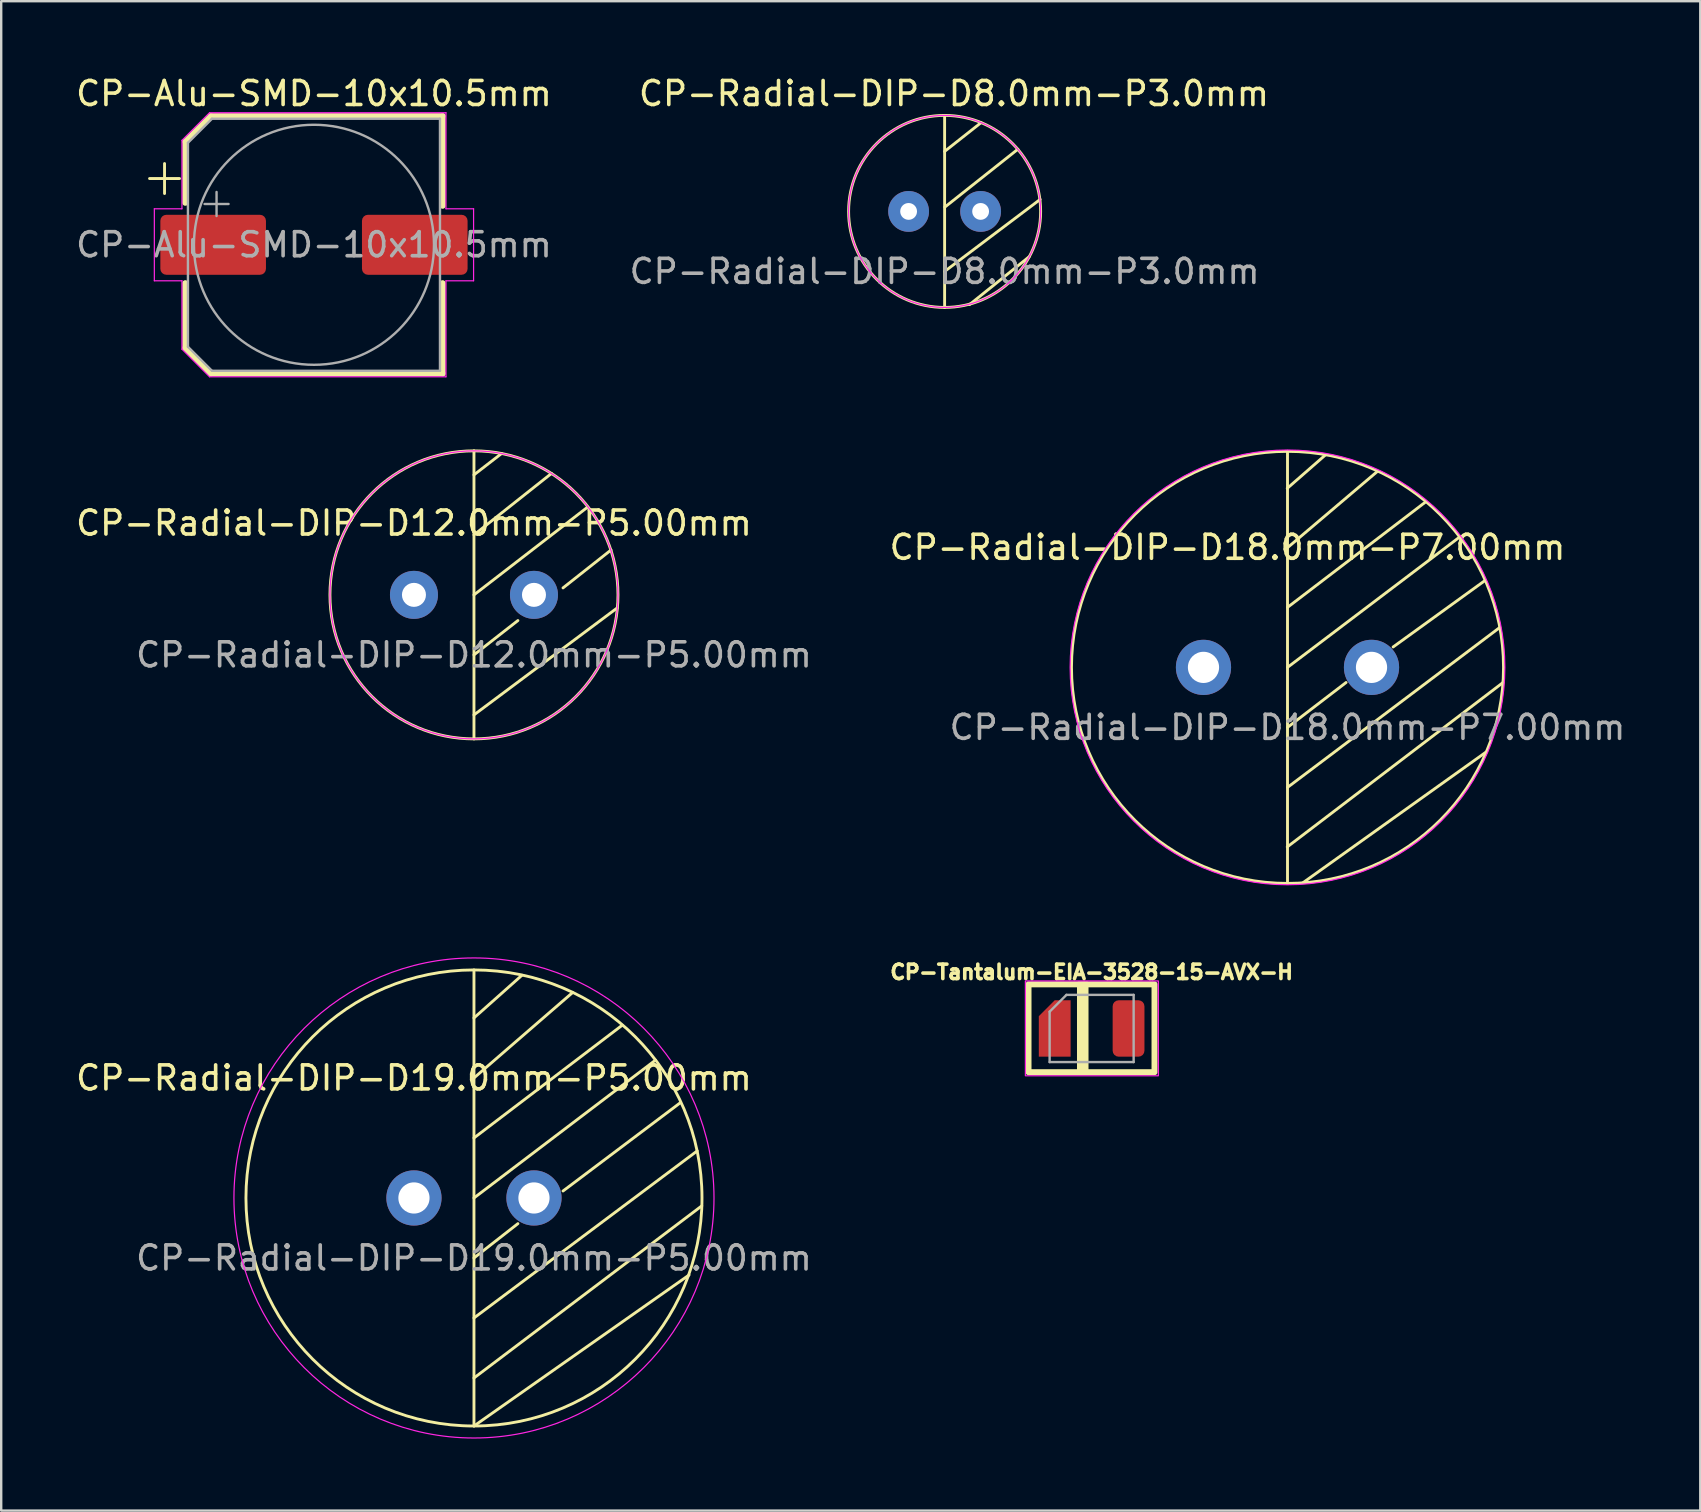
<source format=kicad_pcb>
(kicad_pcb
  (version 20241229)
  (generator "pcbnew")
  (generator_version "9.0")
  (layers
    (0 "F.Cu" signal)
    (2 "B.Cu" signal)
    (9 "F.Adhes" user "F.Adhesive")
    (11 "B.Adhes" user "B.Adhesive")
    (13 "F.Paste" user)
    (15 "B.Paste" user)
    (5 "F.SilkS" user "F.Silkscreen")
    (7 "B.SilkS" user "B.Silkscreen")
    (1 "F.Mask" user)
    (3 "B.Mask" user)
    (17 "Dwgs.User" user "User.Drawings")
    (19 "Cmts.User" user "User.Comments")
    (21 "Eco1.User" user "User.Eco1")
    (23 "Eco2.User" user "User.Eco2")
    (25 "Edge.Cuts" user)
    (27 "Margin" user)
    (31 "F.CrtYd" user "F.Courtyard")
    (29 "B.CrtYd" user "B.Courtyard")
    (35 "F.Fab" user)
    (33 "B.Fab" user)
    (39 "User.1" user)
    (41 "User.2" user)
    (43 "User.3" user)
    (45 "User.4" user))
  (footprint "CP-Alu-SMD-10x10.5mm"
    (layer "F.Cu")
    (at 10.03 7.148)
    (property "Reference" "CP-Alu-SMD-10x10.5mm" (at 0 -6.3 0) (layer "F.SilkS") (effects (font (size 1 1) (thickness 0.15))))
    (attr smd)
    (fp_line (start -6.85 -2.76) (end -5.6 -2.76) (stroke (width 0.12) (type solid)) (layer "F.SilkS"))
    (fp_line (start -6.225 -3.385) (end -6.225 -2.135) (stroke (width 0.12) (type solid)) (layer "F.SilkS"))
    (fp_line (start -5.36 -4.296) (end -5.36 -1.75) (stroke (width 0.25) (type solid)) (layer "F.SilkS"))
    (fp_line (start -5.36 -4.296) (end -4.296 -5.36) (stroke (width 0.25) (type solid)) (layer "F.SilkS"))
    (fp_line (start -5.36 4.296) (end -5.36 1.6) (stroke (width 0.25) (type solid)) (layer "F.SilkS"))
    (fp_line (start -5.36 4.296) (end -4.296 5.36) (stroke (width 0.25) (type solid)) (layer "F.SilkS"))
    (fp_line (start -4.296 -5.36) (end 5.36 -5.36) (stroke (width 0.25) (type solid)) (layer "F.SilkS"))
    (fp_line (start -4.296 5.36) (end 5.36 5.36) (stroke (width 0.25) (type solid)) (layer "F.SilkS"))
    (fp_line (start 5.36 -5.36) (end 5.36 -1.625) (stroke (width 0.25) (type solid)) (layer "F.SilkS"))
    (fp_line (start 5.36 5.36) (end 5.36 1.6) (stroke (width 0.25) (type solid)) (layer "F.SilkS"))
    (fp_line (start -6.65 -1.5) (end -6.65 1.5) (stroke (width 0.05) (type solid)) (layer "F.CrtYd"))
    (fp_line (start -6.65 1.5) (end -5.5 1.5) (stroke (width 0.05) (type solid)) (layer "F.CrtYd"))
    (fp_line (start -5.5 -4.35) (end -5.5 -1.5) (stroke (width 0.05) (type solid)) (layer "F.CrtYd"))
    (fp_line (start -5.5 -4.35) (end -4.35 -5.5) (stroke (width 0.05) (type solid)) (layer "F.CrtYd"))
    (fp_line (start -5.5 -1.5) (end -6.65 -1.5) (stroke (width 0.05) (type solid)) (layer "F.CrtYd"))
    (fp_line (start -5.5 1.5) (end -5.5 4.35) (stroke (width 0.05) (type solid)) (layer "F.CrtYd"))
    (fp_line (start -5.5 4.35) (end -4.35 5.5) (stroke (width 0.05) (type solid)) (layer "F.CrtYd"))
    (fp_line (start -4.35 -5.5) (end 5.5 -5.5) (stroke (width 0.05) (type solid)) (layer "F.CrtYd"))
    (fp_line (start -4.35 5.5) (end 5.5 5.5) (stroke (width 0.05) (type solid)) (layer "F.CrtYd"))
    (fp_line (start 5.5 -5.5) (end 5.5 -1.5) (stroke (width 0.05) (type solid)) (layer "F.CrtYd"))
    (fp_line (start 5.5 -1.5) (end 6.65 -1.5) (stroke (width 0.05) (type solid)) (layer "F.CrtYd"))
    (fp_line (start 5.5 1.5) (end 5.5 5.5) (stroke (width 0.05) (type solid)) (layer "F.CrtYd"))
    (fp_line (start 6.65 -1.5) (end 6.65 1.5) (stroke (width 0.05) (type solid)) (layer "F.CrtYd"))
    (fp_line (start 6.65 1.5) (end 5.5 1.5) (stroke (width 0.05) (type solid)) (layer "F.CrtYd"))
    (fp_line (start -5.25 -4.25) (end -5.25 4.25) (stroke (width 0.1) (type solid)) (layer "F.Fab"))
    (fp_line (start -5.25 -4.25) (end -4.25 -5.25) (stroke (width 0.1) (type solid)) (layer "F.Fab"))
    (fp_line (start -5.25 4.25) (end -4.25 5.25) (stroke (width 0.1) (type solid)) (layer "F.Fab"))
    (fp_line (start -4.558 -1.7) (end -3.558 -1.7) (stroke (width 0.1) (type solid)) (layer "F.Fab"))
    (fp_line (start -4.25 -5.25) (end 5.25 -5.25) (stroke (width 0.1) (type solid)) (layer "F.Fab"))
    (fp_line (start -4.25 5.25) (end 5.25 5.25) (stroke (width 0.1) (type solid)) (layer "F.Fab"))
    (fp_line (start -4.058 -2.2) (end -4.058 -1.2) (stroke (width 0.1) (type solid)) (layer "F.Fab"))
    (fp_line (start 5.25 -5.25) (end 5.25 5.25) (stroke (width 0.1) (type solid)) (layer "F.Fab"))
    (fp_circle (center 0 0) (end 5 0) (stroke (width 0.1) (type solid)) (fill no) (layer "F.Fab"))
    (fp_text user "${REFERENCE}" (at 0 0 0) (layer "F.Fab") (effects (font (size 1 1) (thickness 0.15))))
    (pad "1" smd roundrect (at -4.2 0) (size 4.4 2.5) (layers "F.Cu" "F.Mask" "F.Paste") (roundrect_rratio 0.1))
    (pad "2" smd roundrect (at 4.2 0) (size 4.4 2.5) (layers "F.Cu" "F.Mask" "F.Paste") (roundrect_rratio 0.1)))
  (footprint "CP-Radial-DIP-D19.0mm-P5.00mm"
    (layer "F.Cu")
    (at 16.696 46.859)
    (property "Reference" "CP-Radial-DIP-D19.0mm-P5.00mm" (at -2.5 -5 0) (unlocked yes) (layer "F.SilkS") (effects (font (size 1 1) (thickness 0.15))))
    (attr through_hole)
    (fp_line (start 0 -9.5) (end 0 9.5) (stroke (width 0.12) (type solid)) (layer "F.SilkS"))
    (fp_line (start 0 -7.5) (end 2 -9.28) (stroke (width 0.12) (type solid)) (layer "F.SilkS"))
    (fp_line (start 0 -5) (end 4.11 -8.56) (stroke (width 0.12) (type solid)) (layer "F.SilkS"))
    (fp_line (start 0 -2.5) (end 6.18 -7.2) (stroke (width 0.12) (type solid)) (layer "F.SilkS"))
    (fp_line (start 0 0) (end 7.56 -5.74) (stroke (width 0.12) (type solid)) (layer "F.SilkS"))
    (fp_line (start 0 2.5) (end 1.83 1.07) (stroke (width 0.12) (type solid)) (layer "F.SilkS"))
    (fp_line (start 0 5) (end 9.3 -1.96) (stroke (width 0.12) (type solid)) (layer "F.SilkS"))
    (fp_line (start 0 7.5) (end 9.49 0.33) (stroke (width 0.12) (type solid)) (layer "F.SilkS"))
    (fp_line (start 0 9.5) (end 8.96 3.21) (stroke (width 0.12) (type solid)) (layer "F.SilkS"))
    (fp_line (start 3.71 -0.29) (end 8.6 -3.97) (stroke (width 0.12) (type solid)) (layer "F.SilkS"))
    (fp_circle (center 0 0) (end 0 -9.5) (stroke (width 0.12) (type solid)) (fill no) (layer "F.SilkS"))
    (fp_circle (center 0 0) (end 0 -10) (stroke (width 0.05) (type solid)) (fill no) (layer "F.CrtYd"))
    (fp_text user "${REFERENCE}" (at 0 2.5 0) (unlocked yes) (layer "F.Fab") (effects (font (size 1 1) (thickness 0.15))))
    (pad "1" thru_hole circle (at -2.5 0) (size 2.3 2.3) (drill 1.3) (layers "*.Cu" "*.Mask"))
    (pad "2" thru_hole circle (at 2.5 0) (size 2.3 2.3) (drill 1.3) (layers "*.Cu" "*.Mask")))
  (footprint "CP-Radial-DIP-D12.0mm-P5.00mm"
    (layer "F.Cu")
    (at 16.696 21.733)
    (property "Reference" "CP-Radial-DIP-D12.0mm-P5.00mm" (at -2.5 -2.99 0) (unlocked yes) (layer "F.SilkS") (effects (font (size 1 1) (thickness 0.15))))
    (attr through_hole)
    (fp_line (start 0 -6) (end 0 6) (stroke (width 0.12) (type solid)) (layer "F.SilkS"))
    (fp_line (start 0 -5) (end 1.15 -5.89) (stroke (width 0.12) (type solid)) (layer "F.SilkS"))
    (fp_line (start 0 -2.5) (end 3.23 -5.06) (stroke (width 0.12) (type solid)) (layer "F.SilkS"))
    (fp_line (start 0 0) (end 4.74 -3.66) (stroke (width 0.12) (type solid)) (layer "F.SilkS"))
    (fp_line (start 0 2.5) (end 1.83 1.07) (stroke (width 0.12) (type solid)) (layer "F.SilkS"))
    (fp_line (start 0 5) (end 5.96 0.55) (stroke (width 0.12) (type solid)) (layer "F.SilkS"))
    (fp_line (start 3.71 -0.29) (end 5.71 -1.87) (stroke (width 0.12) (type solid)) (layer "F.SilkS"))
    (fp_circle (center 0 0) (end 0 -6) (stroke (width 0.12) (type solid)) (fill no) (layer "F.SilkS"))
    (fp_circle (center 0 0) (end 0 -6) (stroke (width 0.05) (type solid)) (fill no) (layer "F.CrtYd"))
    (fp_text user "${REFERENCE}" (at 0 2.5 0) (unlocked yes) (layer "F.Fab") (effects (font (size 1 1) (thickness 0.15))))
    (pad "1" thru_hole circle (at -2.5 0) (size 2 2) (drill 1) (layers "*.Cu" "*.Mask"))
    (pad "2" thru_hole circle (at 2.5 0) (size 2 2) (drill 1) (layers "*.Cu" "*.Mask")))
  (footprint "CP-Tantalum-EIA-3528-15-AVX-H"
    (layer "F.Cu")
    (at 42.429 39.798)
    (property "Reference" "CP-Tantalum-EIA-3528-15-AVX-H" (at 0 -2.35 180) (layer "F.SilkS") (effects (font (size 0.6 0.6) (thickness 0.15))))
    (attr smd)
    (fp_rect (start -2.63 -1.84) (end 2.62 1.82) (stroke (width 0.25) (type solid)) (fill no) (layer "F.SilkS"))
    (fp_rect (start -0.55 -1.895) (end -0.19 1.875) (stroke (width 0.12) (type solid)) (fill yes) (layer "F.SilkS"))
    (fp_rect (start -2.76 -1.98) (end 2.78 1.97) (stroke (width 0.05) (type solid)) (fill no) (layer "F.CrtYd"))
    (fp_line (start -1.75 -0.7) (end -1.75 1.4) (stroke (width 0.1) (type solid)) (layer "F.Fab"))
    (fp_line (start -1.75 1.4) (end 1.75 1.4) (stroke (width 0.1) (type solid)) (layer "F.Fab"))
    (fp_line (start -1.05 -1.4) (end -1.75 -0.7) (stroke (width 0.1) (type solid)) (layer "F.Fab"))
    (fp_line (start 1.75 -1.4) (end -1.05 -1.4) (stroke (width 0.1) (type solid)) (layer "F.Fab"))
    (fp_line (start 1.75 1.4) (end 1.75 -1.4) (stroke (width 0.1) (type solid)) (layer "F.Fab"))
    (pad "1" smd roundrect (at -1.538 0) (size 1.325 2.35) (layers "F.Cu" "F.Mask" "F.Paste") (roundrect_rratio 0) (chamfer_ratio 0.5) (chamfer top_left))
    (pad "2" smd roundrect (at 1.538 0) (size 1.325 2.35) (layers "F.Cu" "F.Mask" "F.Paste") (roundrect_rratio 0.189)))
  (footprint "CP-Radial-DIP-D18.0mm-P7.00mm"
    (layer "F.Cu")
    (at 50.589 24.754)
    (property "Reference" "CP-Radial-DIP-D18.0mm-P7.00mm" (at -2.5 -5 0) (unlocked yes) (layer "F.SilkS") (effects (font (size 1 1) (thickness 0.15))))
    (attr through_hole)
    (fp_line (start -0.02 -4.97) (end 3.74 -8.16) (stroke (width 0.12) (type solid)) (layer "F.SilkS"))
    (fp_line (start -0.01 -7.46) (end 1.58 -8.85) (stroke (width 0.12) (type solid)) (layer "F.SilkS"))
    (fp_line (start -0.01 7.48) (end 8.98 0.63) (stroke (width 0.12) (type solid)) (layer "F.SilkS"))
    (fp_line (start 0 -9) (end 0 9) (stroke (width 0.12) (type solid)) (layer "F.SilkS"))
    (fp_line (start 0 -2.5) (end 5.75 -6.89) (stroke (width 0.12) (type solid)) (layer "F.SilkS"))
    (fp_line (start 0 0) (end 7.17 -5.43) (stroke (width 0.12) (type solid)) (layer "F.SilkS"))
    (fp_line (start 0 2.5) (end 2.44 0.63) (stroke (width 0.12) (type solid)) (layer "F.SilkS"))
    (fp_line (start 0 5) (end 8.84 -1.66) (stroke (width 0.12) (type solid)) (layer "F.SilkS"))
    (fp_line (start 0.66 8.96) (end 8.27 3.53) (stroke (width 0.12) (type solid)) (layer "F.SilkS"))
    (fp_line (start 4.4 -0.85) (end 8.23 -3.62) (stroke (width 0.12) (type solid)) (layer "F.SilkS"))
    (fp_circle (center 0 0) (end 0 -9) (stroke (width 0.12) (type solid)) (fill no) (layer "F.SilkS"))
    (fp_circle (center 0 0) (end 1 -9) (stroke (width 0.05) (type solid)) (fill no) (layer "F.CrtYd"))
    (fp_text user "${REFERENCE}" (at 0 2.5 0) (unlocked yes) (layer "F.Fab") (effects (font (size 1 1) (thickness 0.15))))
    (pad "1" thru_hole circle (at -3.5 0) (size 2.3 2.3) (drill 1.3) (layers "*.Cu" "*.Mask"))
    (pad "2" thru_hole circle (at 3.5 0) (size 2.3 2.3) (drill 1.3) (layers "*.Cu" "*.Mask")))
  (footprint "CP-Radial-DIP-D8.0mm-P3.0mm"
    (layer "F.Cu")
    (at 36.304 5.758)
    (property "Reference" "CP-Radial-DIP-D8.0mm-P3.0mm" (at 0.39 -4.91 0) (unlocked yes) (layer "F.SilkS") (effects (font (size 1 1) (thickness 0.15))))
    (attr through_hole)
    (fp_line (start 0 -4) (end 0 4) (stroke (width 0.12) (type solid)) (layer "F.SilkS"))
    (fp_line (start 0 -2.5) (end 1.52 -3.7) (stroke (width 0.12) (type solid)) (layer "F.SilkS"))
    (fp_line (start 0 2.5) (end 3.98 -0.5) (stroke (width 0.12) (type solid)) (layer "F.SilkS"))
    (fp_line (start 0.01 -0.18) (end 3.05 -2.59) (stroke (width 0.12) (type solid)) (layer "F.SilkS"))
    (fp_line (start 1.04 3.88) (end 3.52 1.89) (stroke (width 0.12) (type solid)) (layer "F.SilkS"))
    (fp_circle (center 0 0) (end 0 -4) (stroke (width 0.12) (type solid)) (fill no) (layer "F.SilkS"))
    (fp_circle (center 0 0) (end 0 -4) (stroke (width 0.05) (type solid)) (fill no) (layer "F.CrtYd"))
    (fp_text user "${REFERENCE}" (at 0 2.5 0) (unlocked yes) (layer "F.Fab") (effects (font (size 1 1) (thickness 0.15))))
    (pad "1" thru_hole circle (at -1.5 0) (size 1.7 1.7) (drill 0.7) (layers "*.Cu" "*.Mask"))
    (pad "2" thru_hole circle (at 1.5 0) (size 1.7 1.7) (drill 0.7) (layers "*.Cu" "*.Mask")))
  (gr_rect
    (start -3 -3)
    (end 67.786 59.884)
    (stroke (width 0.1) (type default))
    (fill no)
    (layer "Edge.Cuts")))
</source>
